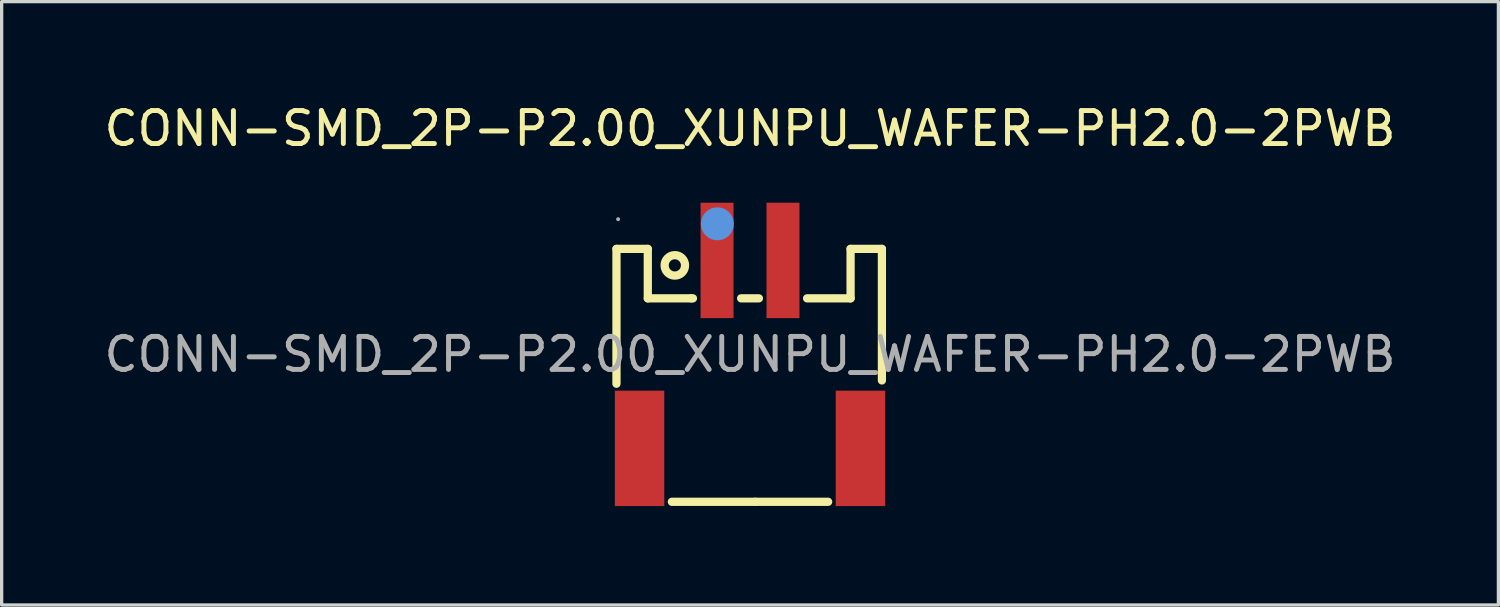
<source format=kicad_pcb>
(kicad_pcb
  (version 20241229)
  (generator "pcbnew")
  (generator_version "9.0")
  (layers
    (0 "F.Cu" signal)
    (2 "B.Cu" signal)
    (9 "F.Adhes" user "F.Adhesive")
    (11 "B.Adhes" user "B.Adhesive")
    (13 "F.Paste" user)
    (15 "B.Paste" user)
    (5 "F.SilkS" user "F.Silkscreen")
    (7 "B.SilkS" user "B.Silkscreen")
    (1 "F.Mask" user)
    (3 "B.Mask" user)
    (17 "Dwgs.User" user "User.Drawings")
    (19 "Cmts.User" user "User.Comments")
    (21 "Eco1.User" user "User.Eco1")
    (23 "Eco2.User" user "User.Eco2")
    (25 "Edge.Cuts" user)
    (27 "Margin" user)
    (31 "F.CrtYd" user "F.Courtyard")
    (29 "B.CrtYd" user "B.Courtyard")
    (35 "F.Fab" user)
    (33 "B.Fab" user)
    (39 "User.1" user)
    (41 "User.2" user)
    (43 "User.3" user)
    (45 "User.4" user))
  (footprint "CONN-SMD_2P-P2.00_XUNPU_WAFER-PH2.0-2PWB"
    (layer "F.Cu")
    (at 19.696 7.698)
    (property "Reference" "CONN-SMD_2P-P2.00_XUNPU_WAFER-PH2.0-2PWB" (at 0 -6.85 0) (layer "F.SilkS") (effects (font (size 1 1) (thickness 0.15))))
    (attr smd)
    (fp_line (start -4.05 -3.2) (end -3.1 -3.2) (stroke (width 0.25) (type solid)) (layer "F.SilkS"))
    (fp_line (start -4.05 0.89) (end -4.05 -3.2) (stroke (width 0.25) (type solid)) (layer "F.SilkS"))
    (fp_line (start -3.1 -3.2) (end -3.1 -1.7) (stroke (width 0.25) (type solid)) (layer "F.SilkS"))
    (fp_line (start -3.1 -1.7) (end -1.78 -1.7) (stroke (width 0.25) (type solid)) (layer "F.SilkS"))
    (fp_line (start -1.78 -1.7) (end -1.73 -1.7) (stroke (width 0.25) (type solid)) (layer "F.SilkS"))
    (fp_line (start -0.27 -1.7) (end 0.27 -1.7) (stroke (width 0.25) (type solid)) (layer "F.SilkS"))
    (fp_line (start 0.16 4.47) (end -2.37 4.47) (stroke (width 0.25) (type solid)) (layer "F.SilkS"))
    (fp_line (start 0.16 4.47) (end 2.37 4.47) (stroke (width 0.25) (type solid)) (layer "F.SilkS"))
    (fp_line (start 3.05 -3.2) (end 3.05 -1.7) (stroke (width 0.25) (type solid)) (layer "F.SilkS"))
    (fp_line (start 3.05 -1.7) (end 1.73 -1.7) (stroke (width 0.25) (type solid)) (layer "F.SilkS"))
    (fp_line (start 4 -3.2) (end 3.05 -3.2) (stroke (width 0.25) (type solid)) (layer "F.SilkS"))
    (fp_line (start 4 -3.2) (end 4 0.79) (stroke (width 0.25) (type solid)) (layer "F.SilkS"))
    (fp_circle (center -2.28 -2.7) (end -1.97 -2.7) (stroke (width 0.25) (type solid)) (fill no) (layer "F.SilkS"))
    (fp_circle (center -0.99 -3.96) (end -0.74 -3.96) (stroke (width 0.5) (type solid)) (fill no) (layer "Cmts.User"))
    (fp_circle (center -4 -4.1) (end -3.97 -4.1) (stroke (width 0.06) (type solid)) (fill no) (layer "F.Fab"))
    (fp_text user "${REFERENCE}" (at 0 0 0) (layer "F.Fab") (effects (font (size 1 1) (thickness 0.15))))
    (pad "1" smd rect (at -1 -2.85) (size 1 3.5) (layers "F.Cu" "F.Mask" "F.Paste"))
    (pad "2" smd rect (at 1 -2.85) (size 1 3.5) (layers "F.Cu" "F.Mask" "F.Paste"))
    (pad "4" smd rect (at 3.35 2.85) (size 1.5 3.5) (layers "F.Cu" "F.Mask" "F.Paste"))
    (pad "5" smd rect (at -3.35 2.85) (size 1.5 3.5) (layers "F.Cu" "F.Mask" "F.Paste")))
  (gr_rect
    (start -3 -3)
    (end 42.393 15.298)
    (stroke (width 0.1) (type default))
    (fill no)
    (layer "Edge.Cuts")))
</source>
